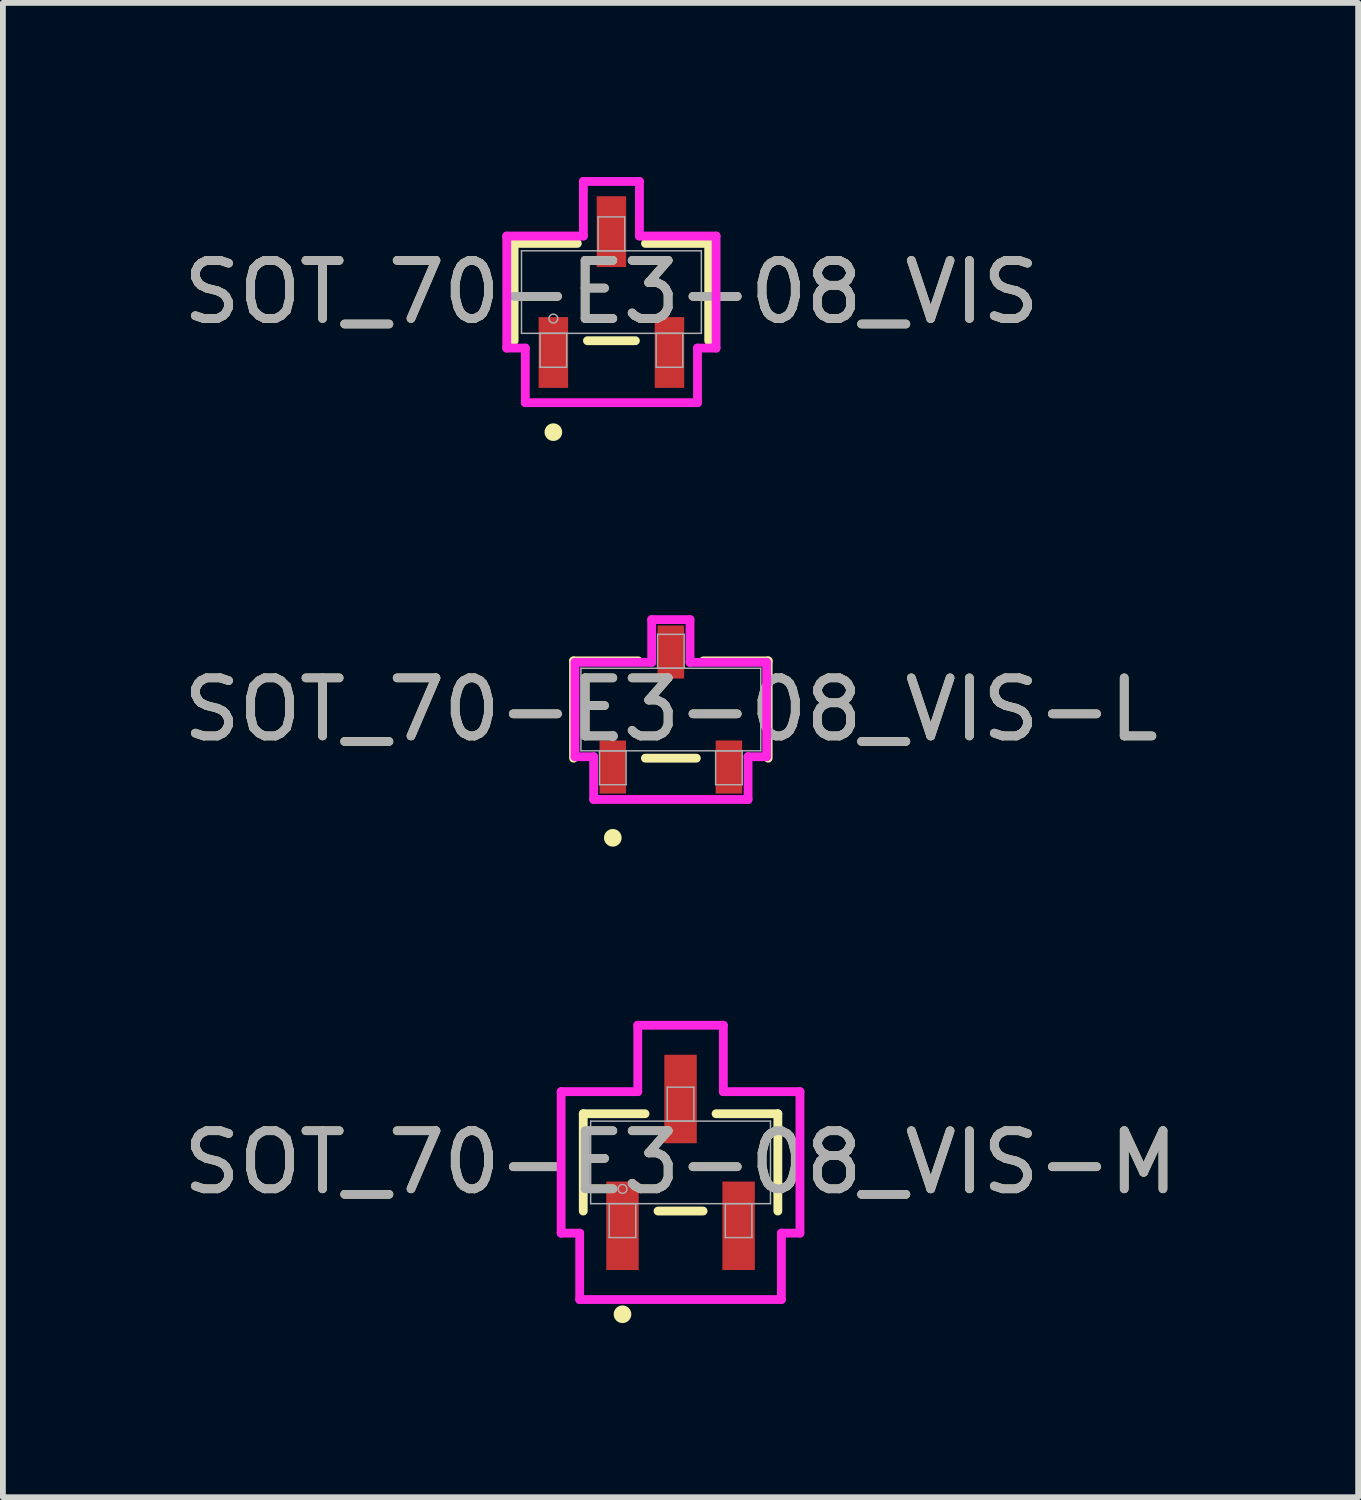
<source format=kicad_pcb>
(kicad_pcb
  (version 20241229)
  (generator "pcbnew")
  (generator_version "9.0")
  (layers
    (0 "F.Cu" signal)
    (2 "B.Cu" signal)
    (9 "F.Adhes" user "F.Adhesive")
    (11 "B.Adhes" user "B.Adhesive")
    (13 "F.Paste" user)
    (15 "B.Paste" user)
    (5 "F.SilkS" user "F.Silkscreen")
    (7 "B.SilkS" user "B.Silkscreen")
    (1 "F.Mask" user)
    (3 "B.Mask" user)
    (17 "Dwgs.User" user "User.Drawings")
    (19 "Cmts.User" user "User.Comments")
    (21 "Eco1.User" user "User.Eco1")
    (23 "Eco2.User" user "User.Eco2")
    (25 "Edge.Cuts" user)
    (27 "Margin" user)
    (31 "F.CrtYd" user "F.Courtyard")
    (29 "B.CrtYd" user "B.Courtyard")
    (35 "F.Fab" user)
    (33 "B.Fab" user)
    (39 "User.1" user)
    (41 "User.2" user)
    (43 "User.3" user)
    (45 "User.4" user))
  (footprint "SOT_70-E3-08_VIS"
    (layer "F.Cu")
    (at 7.482 1.981)
    (property "Reference" "SOT_70-E3-08_VIS" (at 0 0 0) (unlocked yes) (layer "F.SilkS") (effects (font (size 1 1) (thickness 0.15))))
    (attr smd)
    (fp_line (start -1.676 -0.838) (end -1.676 0.838) (stroke (width 0.152) (type solid)) (layer "F.SilkS"))
    (fp_line (start -0.587 -0.838) (end -1.676 -0.838) (stroke (width 0.152) (type solid)) (layer "F.SilkS"))
    (fp_line (start -0.413 0.838) (end 0.413 0.838) (stroke (width 0.152) (type solid)) (layer "F.SilkS"))
    (fp_line (start 1.676 -0.838) (end 0.587 -0.838) (stroke (width 0.152) (type solid)) (layer "F.SilkS"))
    (fp_line (start 1.676 0.838) (end 1.676 -0.838) (stroke (width 0.152) (type solid)) (layer "F.SilkS"))
    (fp_circle (center -1 2.413) (end -0.924 2.413) (stroke (width 0.152) (type solid)) (fill no) (layer "F.SilkS"))
    (fp_line (start -1.803 -0.965) (end -0.483 -0.965) (stroke (width 0.152) (type solid)) (layer "F.CrtYd"))
    (fp_line (start -1.803 0.965) (end -1.803 -0.965) (stroke (width 0.152) (type solid)) (layer "F.CrtYd"))
    (fp_line (start -1.803 0.965) (end -1.483 0.965) (stroke (width 0.152) (type solid)) (layer "F.CrtYd"))
    (fp_line (start -1.483 0.965) (end -1.483 1.905) (stroke (width 0.152) (type solid)) (layer "F.CrtYd"))
    (fp_line (start -1.483 1.905) (end 1.483 1.905) (stroke (width 0.152) (type solid)) (layer "F.CrtYd"))
    (fp_line (start -0.483 -1.905) (end 0.483 -1.905) (stroke (width 0.152) (type solid)) (layer "F.CrtYd"))
    (fp_line (start -0.483 -0.965) (end -0.483 -1.905) (stroke (width 0.152) (type solid)) (layer "F.CrtYd"))
    (fp_line (start 0.483 -0.965) (end 0.483 -1.905) (stroke (width 0.152) (type solid)) (layer "F.CrtYd"))
    (fp_line (start 1.483 0.965) (end 1.483 1.905) (stroke (width 0.152) (type solid)) (layer "F.CrtYd"))
    (fp_line (start 1.803 -0.965) (end 0.483 -0.965) (stroke (width 0.152) (type solid)) (layer "F.CrtYd"))
    (fp_line (start 1.803 -0.965) (end 1.803 0.965) (stroke (width 0.152) (type solid)) (layer "F.CrtYd"))
    (fp_line (start 1.803 0.965) (end 1.483 0.965) (stroke (width 0.152) (type solid)) (layer "F.CrtYd"))
    (fp_line (start -1.549 -0.711) (end -1.549 0.711) (stroke (width 0.025) (type solid)) (layer "F.Fab"))
    (fp_line (start -1.549 0.711) (end 1.549 0.711) (stroke (width 0.025) (type solid)) (layer "F.Fab"))
    (fp_line (start -1.229 0.711) (end -1.229 1.295) (stroke (width 0.025) (type solid)) (layer "F.Fab"))
    (fp_line (start -1.229 1.295) (end -0.771 1.295) (stroke (width 0.025) (type solid)) (layer "F.Fab"))
    (fp_line (start -0.771 0.711) (end -1.229 0.711) (stroke (width 0.025) (type solid)) (layer "F.Fab"))
    (fp_line (start -0.771 1.295) (end -0.771 0.711) (stroke (width 0.025) (type solid)) (layer "F.Fab"))
    (fp_line (start -0.229 -1.295) (end -0.229 -0.711) (stroke (width 0.025) (type solid)) (layer "F.Fab"))
    (fp_line (start -0.229 -0.711) (end 0.229 -0.711) (stroke (width 0.025) (type solid)) (layer "F.Fab"))
    (fp_line (start 0.229 -1.295) (end -0.229 -1.295) (stroke (width 0.025) (type solid)) (layer "F.Fab"))
    (fp_line (start 0.229 -0.711) (end 0.229 -1.295) (stroke (width 0.025) (type solid)) (layer "F.Fab"))
    (fp_line (start 0.771 0.711) (end 0.771 1.295) (stroke (width 0.025) (type solid)) (layer "F.Fab"))
    (fp_line (start 0.771 1.295) (end 1.229 1.295) (stroke (width 0.025) (type solid)) (layer "F.Fab"))
    (fp_line (start 1.229 0.711) (end 0.771 0.711) (stroke (width 0.025) (type solid)) (layer "F.Fab"))
    (fp_line (start 1.229 1.295) (end 1.229 0.711) (stroke (width 0.025) (type solid)) (layer "F.Fab"))
    (fp_line (start 1.549 -0.711) (end -1.549 -0.711) (stroke (width 0.025) (type solid)) (layer "F.Fab"))
    (fp_line (start 1.549 0.711) (end 1.549 -0.711) (stroke (width 0.025) (type solid)) (layer "F.Fab"))
    (fp_circle (center -1 0.457) (end -0.924 0.457) (stroke (width 0.025) (type solid)) (fill no) (layer "F.Fab"))
    (fp_text user "${REFERENCE}" (at 0 0 0) (unlocked yes) (layer "F.Fab") (effects (font (size 1 1) (thickness 0.15))))
    (pad "1" smd rect (at -1 1.041) (size 0.508 1.219) (layers "F.Cu" "F.Mask" "F.Paste"))
    (pad "2" smd rect (at 1 1.041) (size 0.508 1.219) (layers "F.Cu" "F.Mask" "F.Paste"))
    (pad "3" smd rect (at 0 -1.041) (size 0.508 1.219) (layers "F.Cu" "F.Mask" "F.Paste")))
  (footprint "SOT_70-E3-08_VIS-M"
    (layer "F.Cu")
    (at 8.673 16.973)
    (property "Reference" "SOT_70-E3-08_VIS-M" (at 0 0 0) (unlocked yes) (layer "F.SilkS") (effects (font (size 1 1) (thickness 0.15))))
    (attr smd)
    (fp_line (start -1.676 -0.838) (end -1.676 0.838) (stroke (width 0.152) (type solid)) (layer "F.SilkS"))
    (fp_line (start -0.612 -0.838) (end -1.676 -0.838) (stroke (width 0.152) (type solid)) (layer "F.SilkS"))
    (fp_line (start -0.388 0.838) (end 0.388 0.838) (stroke (width 0.152) (type solid)) (layer "F.SilkS"))
    (fp_line (start 1.676 -0.838) (end 0.612 -0.838) (stroke (width 0.152) (type solid)) (layer "F.SilkS"))
    (fp_line (start 1.676 0.838) (end 1.676 -0.838) (stroke (width 0.152) (type solid)) (layer "F.SilkS"))
    (fp_circle (center -1 2.616) (end -0.924 2.616) (stroke (width 0.152) (type solid)) (fill no) (layer "F.SilkS"))
    (fp_line (start -2.057 -1.219) (end -0.737 -1.219) (stroke (width 0.152) (type solid)) (layer "F.CrtYd"))
    (fp_line (start -2.057 1.219) (end -2.057 -1.219) (stroke (width 0.152) (type solid)) (layer "F.CrtYd"))
    (fp_line (start -2.057 1.219) (end -1.737 1.219) (stroke (width 0.152) (type solid)) (layer "F.CrtYd"))
    (fp_line (start -1.737 1.219) (end -1.737 2.362) (stroke (width 0.152) (type solid)) (layer "F.CrtYd"))
    (fp_line (start -1.737 2.362) (end 1.737 2.362) (stroke (width 0.152) (type solid)) (layer "F.CrtYd"))
    (fp_line (start -0.737 -2.362) (end 0.737 -2.362) (stroke (width 0.152) (type solid)) (layer "F.CrtYd"))
    (fp_line (start -0.737 -1.219) (end -0.737 -2.362) (stroke (width 0.152) (type solid)) (layer "F.CrtYd"))
    (fp_line (start 0.737 -1.219) (end 0.737 -2.362) (stroke (width 0.152) (type solid)) (layer "F.CrtYd"))
    (fp_line (start 1.737 1.219) (end 1.737 2.362) (stroke (width 0.152) (type solid)) (layer "F.CrtYd"))
    (fp_line (start 2.057 -1.219) (end 0.737 -1.219) (stroke (width 0.152) (type solid)) (layer "F.CrtYd"))
    (fp_line (start 2.057 -1.219) (end 2.057 1.219) (stroke (width 0.152) (type solid)) (layer "F.CrtYd"))
    (fp_line (start 2.057 1.219) (end 1.737 1.219) (stroke (width 0.152) (type solid)) (layer "F.CrtYd"))
    (fp_line (start -1.549 -0.711) (end -1.549 0.711) (stroke (width 0.025) (type solid)) (layer "F.Fab"))
    (fp_line (start -1.549 0.711) (end 1.549 0.711) (stroke (width 0.025) (type solid)) (layer "F.Fab"))
    (fp_line (start -1.229 0.711) (end -1.229 1.295) (stroke (width 0.025) (type solid)) (layer "F.Fab"))
    (fp_line (start -1.229 1.295) (end -0.771 1.295) (stroke (width 0.025) (type solid)) (layer "F.Fab"))
    (fp_line (start -0.771 0.711) (end -1.229 0.711) (stroke (width 0.025) (type solid)) (layer "F.Fab"))
    (fp_line (start -0.771 1.295) (end -0.771 0.711) (stroke (width 0.025) (type solid)) (layer "F.Fab"))
    (fp_line (start -0.229 -1.295) (end -0.229 -0.711) (stroke (width 0.025) (type solid)) (layer "F.Fab"))
    (fp_line (start -0.229 -0.711) (end 0.229 -0.711) (stroke (width 0.025) (type solid)) (layer "F.Fab"))
    (fp_line (start 0.229 -1.295) (end -0.229 -1.295) (stroke (width 0.025) (type solid)) (layer "F.Fab"))
    (fp_line (start 0.229 -0.711) (end 0.229 -1.295) (stroke (width 0.025) (type solid)) (layer "F.Fab"))
    (fp_line (start 0.771 0.711) (end 0.771 1.295) (stroke (width 0.025) (type solid)) (layer "F.Fab"))
    (fp_line (start 0.771 1.295) (end 1.229 1.295) (stroke (width 0.025) (type solid)) (layer "F.Fab"))
    (fp_line (start 1.229 0.711) (end 0.771 0.711) (stroke (width 0.025) (type solid)) (layer "F.Fab"))
    (fp_line (start 1.229 1.295) (end 1.229 0.711) (stroke (width 0.025) (type solid)) (layer "F.Fab"))
    (fp_line (start 1.549 -0.711) (end -1.549 -0.711) (stroke (width 0.025) (type solid)) (layer "F.Fab"))
    (fp_line (start 1.549 0.711) (end 1.549 -0.711) (stroke (width 0.025) (type solid)) (layer "F.Fab"))
    (fp_circle (center -1 0.457) (end -0.924 0.457) (stroke (width 0.025) (type solid)) (fill no) (layer "F.Fab"))
    (fp_text user "${REFERENCE}" (at 0 0 0) (unlocked yes) (layer "F.Fab") (effects (font (size 1 1) (thickness 0.15))))
    (pad "1" smd rect (at -1 1.092) (size 0.559 1.524) (layers "F.Cu" "F.Mask" "F.Paste"))
    (pad "2" smd rect (at 1 1.092) (size 0.559 1.524) (layers "F.Cu" "F.Mask" "F.Paste"))
    (pad "3" smd rect (at 0 -1.092) (size 0.559 1.524) (layers "F.Cu" "F.Mask" "F.Paste")))
  (footprint "SOT_70-E3-08_VIS-L"
    (layer "F.Cu")
    (at 8.506 9.172)
    (property "Reference" "SOT_70-E3-08_VIS-L" (at 0 0 0) (unlocked yes) (layer "F.SilkS") (effects (font (size 1 1) (thickness 0.15))))
    (attr smd)
    (fp_line (start -1.676 -0.838) (end -1.676 0.838) (stroke (width 0.152) (type solid)) (layer "F.SilkS"))
    (fp_line (start -0.561 -0.838) (end -1.676 -0.838) (stroke (width 0.152) (type solid)) (layer "F.SilkS"))
    (fp_line (start -0.439 0.838) (end 0.439 0.838) (stroke (width 0.152) (type solid)) (layer "F.SilkS"))
    (fp_line (start 1.676 -0.838) (end 0.561 -0.838) (stroke (width 0.152) (type solid)) (layer "F.SilkS"))
    (fp_line (start 1.676 0.838) (end 1.676 -0.838) (stroke (width 0.152) (type solid)) (layer "F.SilkS"))
    (fp_circle (center -1 2.21) (end -0.924 2.21) (stroke (width 0.152) (type solid)) (fill no) (layer "F.SilkS"))
    (fp_line (start -1.651 -0.813) (end -0.33 -0.813) (stroke (width 0.152) (type solid)) (layer "F.CrtYd"))
    (fp_line (start -1.651 0.813) (end -1.651 -0.813) (stroke (width 0.152) (type solid)) (layer "F.CrtYd"))
    (fp_line (start -1.651 0.813) (end -1.33 0.813) (stroke (width 0.152) (type solid)) (layer "F.CrtYd"))
    (fp_line (start -1.33 0.813) (end -1.33 1.549) (stroke (width 0.152) (type solid)) (layer "F.CrtYd"))
    (fp_line (start -1.33 1.549) (end 1.33 1.549) (stroke (width 0.152) (type solid)) (layer "F.CrtYd"))
    (fp_line (start -0.33 -1.549) (end 0.33 -1.549) (stroke (width 0.152) (type solid)) (layer "F.CrtYd"))
    (fp_line (start -0.33 -0.813) (end -0.33 -1.549) (stroke (width 0.152) (type solid)) (layer "F.CrtYd"))
    (fp_line (start 0.33 -0.813) (end 0.33 -1.549) (stroke (width 0.152) (type solid)) (layer "F.CrtYd"))
    (fp_line (start 1.33 0.813) (end 1.33 1.549) (stroke (width 0.152) (type solid)) (layer "F.CrtYd"))
    (fp_line (start 1.651 -0.813) (end 0.33 -0.813) (stroke (width 0.152) (type solid)) (layer "F.CrtYd"))
    (fp_line (start 1.651 -0.813) (end 1.651 0.813) (stroke (width 0.152) (type solid)) (layer "F.CrtYd"))
    (fp_line (start 1.651 0.813) (end 1.33 0.813) (stroke (width 0.152) (type solid)) (layer "F.CrtYd"))
    (fp_line (start -1.549 -0.711) (end -1.549 0.711) (stroke (width 0.025) (type solid)) (layer "F.Fab"))
    (fp_line (start -1.549 0.711) (end 1.549 0.711) (stroke (width 0.025) (type solid)) (layer "F.Fab"))
    (fp_line (start -1.229 0.711) (end -1.229 1.295) (stroke (width 0.025) (type solid)) (layer "F.Fab"))
    (fp_line (start -1.229 1.295) (end -0.771 1.295) (stroke (width 0.025) (type solid)) (layer "F.Fab"))
    (fp_line (start -0.771 0.711) (end -1.229 0.711) (stroke (width 0.025) (type solid)) (layer "F.Fab"))
    (fp_line (start -0.771 1.295) (end -0.771 0.711) (stroke (width 0.025) (type solid)) (layer "F.Fab"))
    (fp_line (start -0.229 -1.295) (end -0.229 -0.711) (stroke (width 0.025) (type solid)) (layer "F.Fab"))
    (fp_line (start -0.229 -0.711) (end 0.229 -0.711) (stroke (width 0.025) (type solid)) (layer "F.Fab"))
    (fp_line (start 0.229 -1.295) (end -0.229 -1.295) (stroke (width 0.025) (type solid)) (layer "F.Fab"))
    (fp_line (start 0.229 -0.711) (end 0.229 -1.295) (stroke (width 0.025) (type solid)) (layer "F.Fab"))
    (fp_line (start 0.771 0.711) (end 0.771 1.295) (stroke (width 0.025) (type solid)) (layer "F.Fab"))
    (fp_line (start 0.771 1.295) (end 1.229 1.295) (stroke (width 0.025) (type solid)) (layer "F.Fab"))
    (fp_line (start 1.229 0.711) (end 0.771 0.711) (stroke (width 0.025) (type solid)) (layer "F.Fab"))
    (fp_line (start 1.229 1.295) (end 1.229 0.711) (stroke (width 0.025) (type solid)) (layer "F.Fab"))
    (fp_line (start 1.549 -0.711) (end -1.549 -0.711) (stroke (width 0.025) (type solid)) (layer "F.Fab"))
    (fp_line (start 1.549 0.711) (end 1.549 -0.711) (stroke (width 0.025) (type solid)) (layer "F.Fab"))
    (fp_circle (center -1 0.457) (end -0.924 0.457) (stroke (width 0.025) (type solid)) (fill no) (layer "F.Fab"))
    (fp_text user "${REFERENCE}" (at 0 0 0) (unlocked yes) (layer "F.Fab") (effects (font (size 1 1) (thickness 0.15))))
    (pad "1" smd rect (at -1 0.991) (size 0.457 0.914) (layers "F.Cu" "F.Mask" "F.Paste"))
    (pad "2" smd rect (at 1 0.991) (size 0.457 0.914) (layers "F.Cu" "F.Mask" "F.Paste"))
    (pad "3" smd rect (at 0 -0.991) (size 0.457 0.914) (layers "F.Cu" "F.Mask" "F.Paste")))
  (gr_rect
    (start -3 -3)
    (end 20.345 22.741)
    (stroke (width 0.1) (type default))
    (fill no)
    (layer "Edge.Cuts")))
</source>
